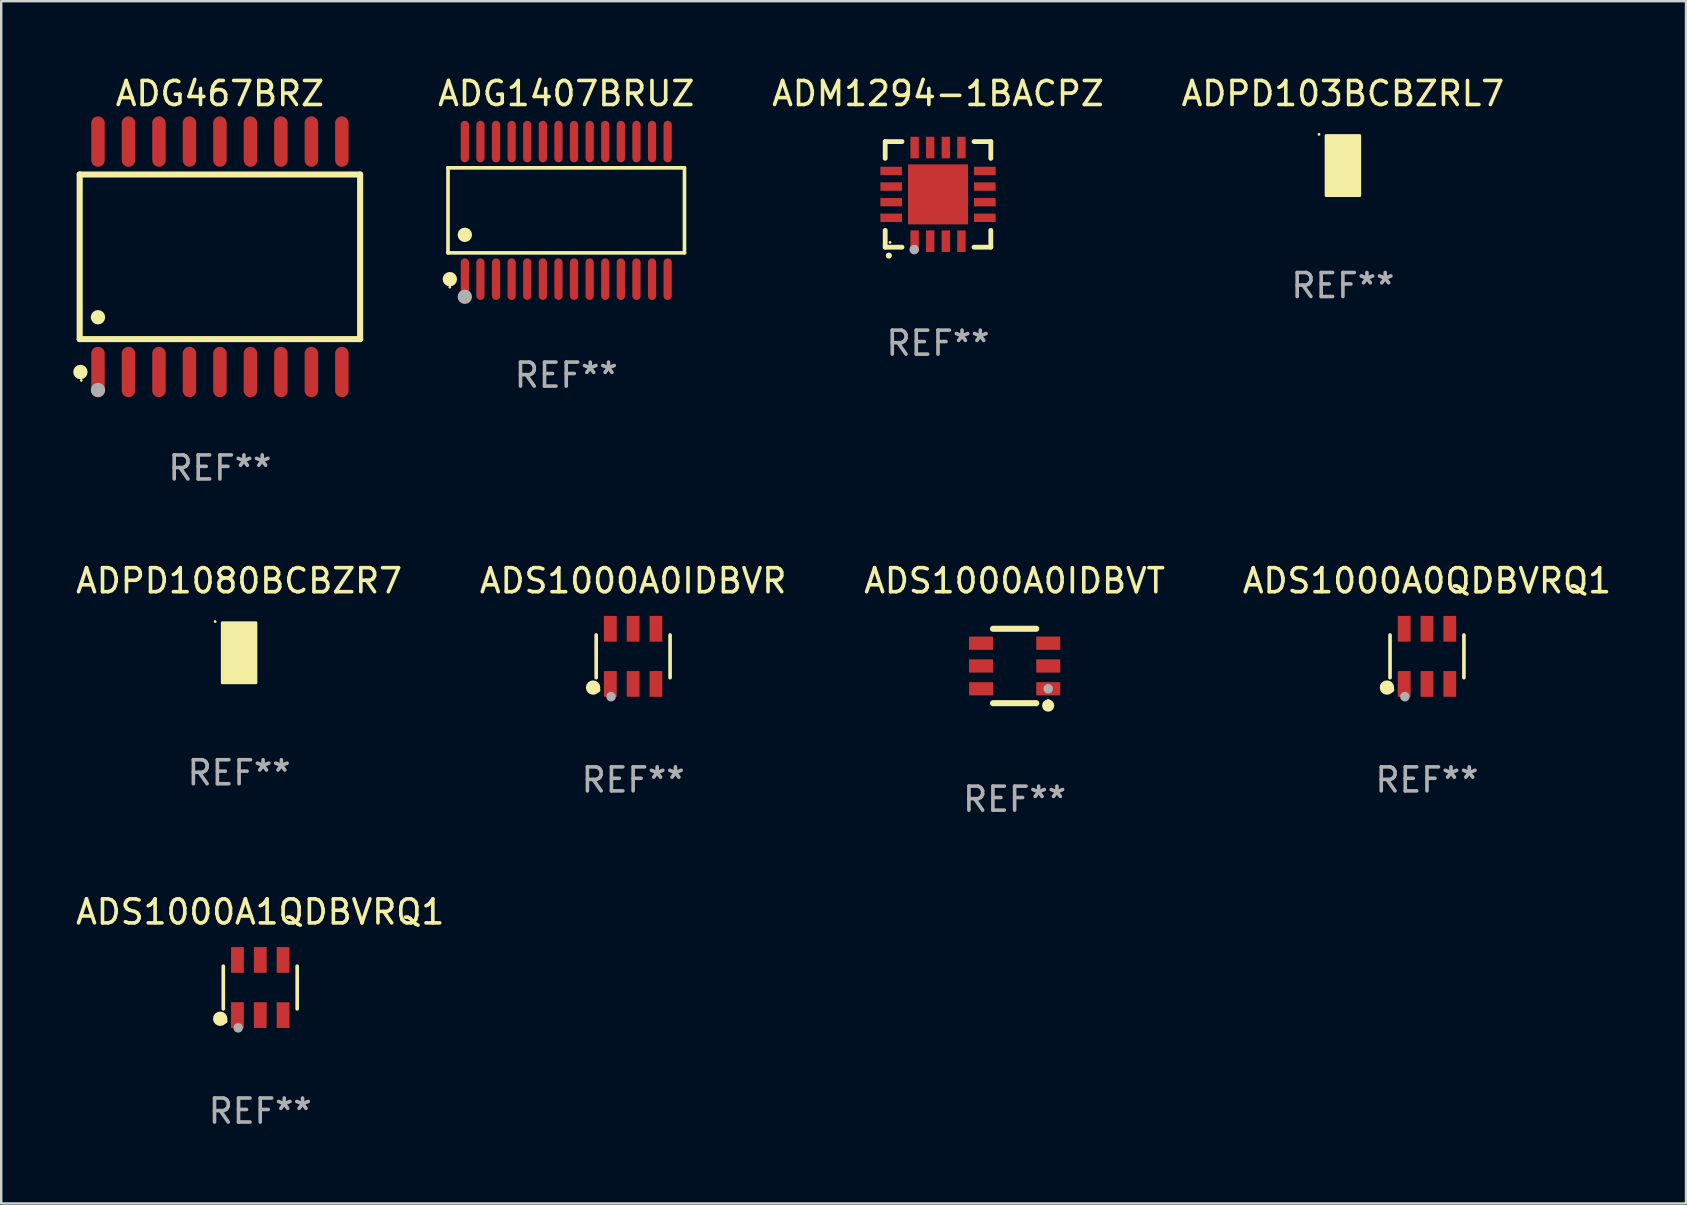
<source format=kicad_pcb>
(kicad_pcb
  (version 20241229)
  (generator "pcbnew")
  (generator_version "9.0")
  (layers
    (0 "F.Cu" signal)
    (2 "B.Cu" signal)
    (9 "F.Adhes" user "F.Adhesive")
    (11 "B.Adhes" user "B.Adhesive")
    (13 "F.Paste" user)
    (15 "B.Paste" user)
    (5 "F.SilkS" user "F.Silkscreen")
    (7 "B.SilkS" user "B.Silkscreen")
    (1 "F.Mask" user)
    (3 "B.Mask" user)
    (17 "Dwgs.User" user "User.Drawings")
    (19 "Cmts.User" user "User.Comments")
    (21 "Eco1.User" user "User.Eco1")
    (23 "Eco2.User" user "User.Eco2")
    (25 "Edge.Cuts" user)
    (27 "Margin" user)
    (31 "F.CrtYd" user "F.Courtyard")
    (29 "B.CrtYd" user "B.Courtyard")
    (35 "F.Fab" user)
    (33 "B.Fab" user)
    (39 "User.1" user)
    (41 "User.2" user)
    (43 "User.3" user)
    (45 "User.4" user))
  (footprint "ADS1000A0IDBVT"
    (layer "F.Cu")
    (at 39.22 24.695)
    (property "Reference" "ADS1000A0IDBVT" (at 0 -3.55 0) (layer "F.SilkS") (effects (font (size 1 1) (thickness 0.15))))
    (attr through_hole)
    (fp_line (start -0.9 -1.55) (end 0.9 -1.55) (stroke (width 0.254) (type solid)) (layer "F.SilkS"))
    (fp_line (start -0.9 1.55) (end 0.9 1.55) (stroke (width 0.254) (type solid)) (layer "F.SilkS"))
    (fp_circle (center 1.397 1.651) (end 1.524 1.651) (stroke (width 0.254) (type solid)) (fill no) (layer "F.SilkS"))
    (fp_circle (center 1.4 1.435) (end 1.43 1.435) (stroke (width 0.06) (type solid)) (fill no) (layer "F.SilkS"))
    (fp_circle (center 1.4 0.95) (end 1.5 0.95) (stroke (width 0.2) (type solid)) (fill no) (layer "F.Fab"))
    (fp_text user "REF**" (at 0 5.55 0) (layer "F.Fab") (effects (font (size 1 1) (thickness 0.15))))
    (pad "1" smd rect (at 1.4 0.95) (size 1 0.55) (layers "F.Cu" "F.Mask" "F.Paste"))
    (pad "2" smd rect (at 1.4 -0.000102) (size 1 0.55) (layers "F.Cu" "F.Mask" "F.Paste"))
    (pad "3" smd rect (at 1.4 -0.95) (size 1 0.55) (layers "F.Cu" "F.Mask" "F.Paste"))
    (pad "4" smd rect (at -1.4 -0.95) (size 1 0.55) (layers "F.Cu" "F.Mask" "F.Paste"))
    (pad "5" smd rect (at -1.4 -0.000102) (size 1 0.55) (layers "F.Cu" "F.Mask" "F.Paste"))
    (pad "6" smd rect (at -1.4 0.95) (size 1 0.55) (layers "F.Cu" "F.Mask" "F.Paste")))
  (footprint "ADG1407BRUZ"
    (layer "F.Cu")
    (at 20.54 5.714)
    (property "Reference" "ADG1407BRUZ" (at 0 -4.866 0) (layer "F.SilkS") (effects (font (size 1 1) (thickness 0.15))))
    (attr through_hole)
    (fp_line (start -4.926 -1.772) (end 4.926 -1.772) (stroke (width 0.152) (type solid)) (layer "F.SilkS"))
    (fp_line (start -4.926 1.771) (end -4.926 -1.772) (stroke (width 0.152) (type solid)) (layer "F.SilkS"))
    (fp_line (start 4.926 -1.772) (end 4.926 1.771) (stroke (width 0.152) (type solid)) (layer "F.SilkS"))
    (fp_line (start 4.926 1.771) (end -4.926 1.771) (stroke (width 0.152) (type solid)) (layer "F.SilkS"))
    (fp_circle (center -4.85 3.2) (end -4.82 3.2) (stroke (width 0.06) (type solid)) (fill no) (layer "F.SilkS"))
    (fp_circle (center -4.849 2.866) (end -4.699 2.866) (stroke (width 0.3) (type solid)) (fill no) (layer "F.SilkS"))
    (fp_circle (center -4.225 1.019) (end -4.075 1.019) (stroke (width 0.3) (type solid)) (fill no) (layer "F.SilkS"))
    (fp_circle (center -4.225 3.6) (end -4.075 3.6) (stroke (width 0.3) (type solid)) (fill no) (layer "F.Fab"))
    (fp_text user "REF**" (at 0 6.866 0) (layer "F.Fab") (effects (font (size 1 1) (thickness 0.15))))
    (pad "1" smd oval (at -4.225 2.866) (size 0.343 1.731) (layers "F.Cu" "F.Mask" "F.Paste"))
    (pad "2" smd oval (at -3.575 2.866) (size 0.343 1.731) (layers "F.Cu" "F.Mask" "F.Paste"))
    (pad "3" smd oval (at -2.925 2.866) (size 0.343 1.731) (layers "F.Cu" "F.Mask" "F.Paste"))
    (pad "4" smd oval (at -2.275 2.866) (size 0.343 1.731) (layers "F.Cu" "F.Mask" "F.Paste"))
    (pad "5" smd oval (at -1.625 2.866) (size 0.343 1.731) (layers "F.Cu" "F.Mask" "F.Paste"))
    (pad "6" smd oval (at -0.975 2.866) (size 0.343 1.731) (layers "F.Cu" "F.Mask" "F.Paste"))
    (pad "7" smd oval (at -0.325 2.866) (size 0.343 1.731) (layers "F.Cu" "F.Mask" "F.Paste"))
    (pad "8" smd oval (at 0.325 2.866) (size 0.343 1.731) (layers "F.Cu" "F.Mask" "F.Paste"))
    (pad "9" smd oval (at 0.975 2.866) (size 0.343 1.731) (layers "F.Cu" "F.Mask" "F.Paste"))
    (pad "10" smd oval (at 1.625 2.866) (size 0.343 1.731) (layers "F.Cu" "F.Mask" "F.Paste"))
    (pad "11" smd oval (at 2.275 2.866) (size 0.343 1.731) (layers "F.Cu" "F.Mask" "F.Paste"))
    (pad "12" smd oval (at 2.925 2.866) (size 0.343 1.731) (layers "F.Cu" "F.Mask" "F.Paste"))
    (pad "13" smd oval (at 3.575 2.866) (size 0.343 1.731) (layers "F.Cu" "F.Mask" "F.Paste"))
    (pad "14" smd oval (at 4.225 2.866) (size 0.343 1.731) (layers "F.Cu" "F.Mask" "F.Paste"))
    (pad "15" smd oval (at 4.225 -2.866) (size 0.343 1.731) (layers "F.Cu" "F.Mask" "F.Paste"))
    (pad "16" smd oval (at 3.575 -2.866) (size 0.343 1.731) (layers "F.Cu" "F.Mask" "F.Paste"))
    (pad "17" smd oval (at 2.925 -2.866) (size 0.343 1.731) (layers "F.Cu" "F.Mask" "F.Paste"))
    (pad "18" smd oval (at 2.275 -2.866) (size 0.343 1.731) (layers "F.Cu" "F.Mask" "F.Paste"))
    (pad "19" smd oval (at 1.625 -2.866) (size 0.343 1.731) (layers "F.Cu" "F.Mask" "F.Paste"))
    (pad "20" smd oval (at 0.975 -2.866) (size 0.343 1.731) (layers "F.Cu" "F.Mask" "F.Paste"))
    (pad "21" smd oval (at 0.325 -2.866) (size 0.343 1.731) (layers "F.Cu" "F.Mask" "F.Paste"))
    (pad "22" smd oval (at -0.325 -2.866) (size 0.343 1.731) (layers "F.Cu" "F.Mask" "F.Paste"))
    (pad "23" smd oval (at -0.975 -2.866) (size 0.343 1.731) (layers "F.Cu" "F.Mask" "F.Paste"))
    (pad "24" smd oval (at -1.625 -2.866) (size 0.343 1.731) (layers "F.Cu" "F.Mask" "F.Paste"))
    (pad "25" smd oval (at -2.275 -2.866) (size 0.343 1.731) (layers "F.Cu" "F.Mask" "F.Paste"))
    (pad "26" smd oval (at -2.925 -2.866) (size 0.343 1.731) (layers "F.Cu" "F.Mask" "F.Paste"))
    (pad "27" smd oval (at -3.575 -2.866) (size 0.343 1.731) (layers "F.Cu" "F.Mask" "F.Paste"))
    (pad "28" smd oval (at -4.225 -2.866) (size 0.343 1.731) (layers "F.Cu" "F.Mask" "F.Paste")))
  (footprint "ADS1000A0QDBVRQ1"
    (layer "F.Cu")
    (at 56.399 24.294)
    (property "Reference" "ADS1000A0QDBVRQ1" (at 0 -3.149 0) (layer "F.SilkS") (effects (font (size 1 1) (thickness 0.15))))
    (attr through_hole)
    (fp_line (start -1.539 0.889) (end -1.539 -0.889) (stroke (width 0.152) (type solid)) (layer "F.SilkS"))
    (fp_line (start 1.539 0.889) (end 1.539 -0.889) (stroke (width 0.152) (type solid)) (layer "F.SilkS"))
    (fp_circle (center -1.668 1.301) (end -1.518 1.301) (stroke (width 0.3) (type solid)) (fill no) (layer "F.SilkS"))
    (fp_circle (center -1.463 1.4) (end -1.413 1.4) (stroke (width 0.1) (type solid)) (fill no) (layer "F.SilkS"))
    (fp_circle (center -0.92 1.68) (end -0.82 1.68) (stroke (width 0.2) (type solid)) (fill no) (layer "F.Fab"))
    (fp_text user "REF**" (at 0 5.149 0) (layer "F.Fab") (effects (font (size 1 1) (thickness 0.15))))
    (pad "1" smd rect (at -0.95 1.149) (size 0.532 1.072) (layers "F.Cu" "F.Mask" "F.Paste"))
    (pad "2" smd rect (at 0 1.149) (size 0.532 1.072) (layers "F.Cu" "F.Mask" "F.Paste"))
    (pad "3" smd rect (at 0.95 1.149) (size 0.532 1.072) (layers "F.Cu" "F.Mask" "F.Paste"))
    (pad "4" smd rect (at 0.95 -1.149) (size 0.532 1.072) (layers "F.Cu" "F.Mask" "F.Paste"))
    (pad "5" smd rect (at 0 -1.149) (size 0.532 1.072) (layers "F.Cu" "F.Mask" "F.Paste"))
    (pad "6" smd rect (at -0.95 -1.149) (size 0.532 1.072) (layers "F.Cu" "F.Mask" "F.Paste")))
  (footprint "ADM1294-1BACPZ"
    (layer "F.Cu")
    (at 36.028 5.048)
    (property "Reference" "ADM1294-1BACPZ" (at 0 -4.2 0) (layer "F.SilkS") (effects (font (size 1 1) (thickness 0.15))))
    (attr through_hole)
    (fp_line (start -2.2 -2.2) (end -1.5 -2.2) (stroke (width 0.2) (type solid)) (layer "F.SilkS"))
    (fp_line (start -2.2 -1.5) (end -2.2 -2.2) (stroke (width 0.2) (type solid)) (layer "F.SilkS"))
    (fp_line (start -2.2 2.2) (end -2.2 1.5) (stroke (width 0.2) (type solid)) (layer "F.SilkS"))
    (fp_line (start -1.5 2.2) (end -2.2 2.2) (stroke (width 0.2) (type solid)) (layer "F.SilkS"))
    (fp_line (start 1.5 2.2) (end 2.2 2.2) (stroke (width 0.2) (type solid)) (layer "F.SilkS"))
    (fp_line (start 2.2 -2.2) (end 1.5 -2.2) (stroke (width 0.2) (type solid)) (layer "F.SilkS"))
    (fp_line (start 2.2 -1.5) (end 2.2 -2.2) (stroke (width 0.2) (type solid)) (layer "F.SilkS"))
    (fp_line (start 2.2 2.2) (end 2.2 1.5) (stroke (width 0.2) (type solid)) (layer "F.SilkS"))
    (fp_arc (start -2.049784 2.550165) (mid -2.048514 2.550159) (end -2.047244 2.550165) (stroke (width 0.25) (type solid)) (layer "F.SilkS"))
    (fp_circle (center -2 2) (end -1.97 2) (stroke (width 0.06) (type solid)) (fill no) (layer "F.SilkS"))
    (fp_circle (center -0.99 2.3) (end -0.89 2.3) (stroke (width 0.2) (type solid)) (fill no) (layer "F.Fab"))
    (fp_text user "REF**" (at 0 6.2 0) (layer "F.Fab") (effects (font (size 1 1) (thickness 0.15))))
    (pad "1" smd rect (at -0.975 1.95 180) (size 0.35 0.9) (layers "F.Cu" "F.Mask" "F.Paste"))
    (pad "2" smd rect (at -0.325 1.95 180) (size 0.35 0.9) (layers "F.Cu" "F.Mask" "F.Paste"))
    (pad "3" smd rect (at 0.325 1.95 180) (size 0.35 0.9) (layers "F.Cu" "F.Mask" "F.Paste"))
    (pad "4" smd rect (at 0.975 1.95 180) (size 0.35 0.9) (layers "F.Cu" "F.Mask" "F.Paste"))
    (pad "5" smd rect (at 1.95 0.975 90) (size 0.35 0.9) (layers "F.Cu" "F.Mask" "F.Paste"))
    (pad "6" smd rect (at 1.95 0.325 90) (size 0.35 0.9) (layers "F.Cu" "F.Mask" "F.Paste"))
    (pad "7" smd rect (at 1.95 -0.325 90) (size 0.35 0.9) (layers "F.Cu" "F.Mask" "F.Paste"))
    (pad "8" smd rect (at 1.95 -0.975 90) (size 0.35 0.9) (layers "F.Cu" "F.Mask" "F.Paste"))
    (pad "9" smd rect (at 0.975 -1.95 180) (size 0.35 0.9) (layers "F.Cu" "F.Mask" "F.Paste"))
    (pad "10" smd rect (at 0.325 -1.95 180) (size 0.35 0.9) (layers "F.Cu" "F.Mask" "F.Paste"))
    (pad "11" smd rect (at -0.325 -1.95 180) (size 0.35 0.9) (layers "F.Cu" "F.Mask" "F.Paste"))
    (pad "12" smd rect (at -0.975 -1.95 180) (size 0.35 0.9) (layers "F.Cu" "F.Mask" "F.Paste"))
    (pad "13" smd rect (at -1.95 -0.975 90) (size 0.35 0.9) (layers "F.Cu" "F.Mask" "F.Paste"))
    (pad "14" smd rect (at -1.95 -0.325 90) (size 0.35 0.9) (layers "F.Cu" "F.Mask" "F.Paste"))
    (pad "15" smd rect (at -1.95 0.325 90) (size 0.35 0.9) (layers "F.Cu" "F.Mask" "F.Paste"))
    (pad "16" smd rect (at -1.95 0.975 90) (size 0.35 0.9) (layers "F.Cu" "F.Mask" "F.Paste"))
    (pad "17" smd rect (at 0.000051 0.000051 90) (size 2.5 2.5) (layers "F.Cu" "F.Mask" "F.Paste")))
  (footprint "ADPD1080BCBZR7"
    (layer "F.Cu")
    (at 6.911 24.145)
    (property "Reference" "ADPD1080BCBZR7" (at 0 -3 0) (layer "F.SilkS") (effects (font (size 1 1) (thickness 0.15))))
    (attr through_hole)
    (fp_circle (center -0.997 -1.3) (end -0.967 -1.3) (stroke (width 0.06) (type solid)) (fill no) (layer "F.SilkS"))
    (fp_poly (pts (xy -0.7 -1.25) (xy 0.7 -1.25) (xy 0.7 1.25) (xy -0.7 1.25)) (stroke (width 0.12) (type solid)) (fill yes) (layer "F.SilkS"))
    (fp_text user "REF**" (at 0 5 0) (layer "F.Fab") (effects (font (size 1 1) (thickness 0.15))))
    (pad "A1" smd circle (at -0.4 -1) (size 0.26 0.26) (layers "F.Cu" "F.Mask" "F.Paste"))
    (pad "A2" smd circle (at 0 -1) (size 0.26 0.26) (layers "F.Cu" "F.Mask" "F.Paste"))
    (pad "B1" smd circle (at -0.4 -0.6) (size 0.26 0.26) (layers "F.Cu" "F.Mask" "F.Paste"))
    (pad "B2" smd circle (at 0 -0.6) (size 0.26 0.26) (layers "F.Cu" "F.Mask" "F.Paste"))
    (pad "B3" smd circle (at 0.4 -0.6) (size 0.26 0.26) (layers "F.Cu" "F.Mask" "F.Paste"))
    (pad "C1" smd circle (at -0.4 -0.2) (size 0.26 0.26) (layers "F.Cu" "F.Mask" "F.Paste"))
    (pad "C2" smd circle (at 0 -0.2) (size 0.26 0.26) (layers "F.Cu" "F.Mask" "F.Paste"))
    (pad "C3" smd circle (at 0.4 -0.2) (size 0.26 0.26) (layers "F.Cu" "F.Mask" "F.Paste"))
    (pad "D2" smd circle (at 0 0.2) (size 0.26 0.26) (layers "F.Cu" "F.Mask" "F.Paste"))
    (pad "D3" smd circle (at 0.4 0.2) (size 0.26 0.26) (layers "F.Cu" "F.Mask" "F.Paste"))
    (pad "E1" smd circle (at -0.4 0.6) (size 0.26 0.26) (layers "F.Cu" "F.Mask" "F.Paste"))
    (pad "E2" smd circle (at 0 0.6) (size 0.26 0.26) (layers "F.Cu" "F.Mask" "F.Paste"))
    (pad "E3" smd circle (at 0.4 0.6) (size 0.26 0.26) (layers "F.Cu" "F.Mask" "F.Paste"))
    (pad "F1" smd circle (at -0.4 1) (size 0.26 0.26) (layers "F.Cu" "F.Mask" "F.Paste"))
    (pad "F2" smd circle (at 0 1) (size 0.26 0.26) (layers "F.Cu" "F.Mask" "F.Paste"))
    (pad "F3" smd circle (at 0.4 1) (size 0.26 0.26) (layers "F.Cu" "F.Mask" "F.Paste")))
  (footprint "ADS1000A0IDBVR"
    (layer "F.Cu")
    (at 23.327 24.294)
    (property "Reference" "ADS1000A0IDBVR" (at 0 -3.149 0) (layer "F.SilkS") (effects (font (size 1 1) (thickness 0.15))))
    (attr through_hole)
    (fp_line (start -1.539 0.889) (end -1.539 -0.889) (stroke (width 0.152) (type solid)) (layer "F.SilkS"))
    (fp_line (start 1.539 0.889) (end 1.539 -0.889) (stroke (width 0.152) (type solid)) (layer "F.SilkS"))
    (fp_circle (center -1.668 1.301) (end -1.518 1.301) (stroke (width 0.3) (type solid)) (fill no) (layer "F.SilkS"))
    (fp_circle (center -1.463 1.4) (end -1.413 1.4) (stroke (width 0.1) (type solid)) (fill no) (layer "F.SilkS"))
    (fp_circle (center -0.92 1.68) (end -0.82 1.68) (stroke (width 0.2) (type solid)) (fill no) (layer "F.Fab"))
    (fp_text user "REF**" (at 0 5.149 0) (layer "F.Fab") (effects (font (size 1 1) (thickness 0.15))))
    (pad "1" smd rect (at -0.95 1.149) (size 0.532 1.072) (layers "F.Cu" "F.Mask" "F.Paste"))
    (pad "2" smd rect (at 0 1.149) (size 0.532 1.072) (layers "F.Cu" "F.Mask" "F.Paste"))
    (pad "3" smd rect (at 0.95 1.149) (size 0.532 1.072) (layers "F.Cu" "F.Mask" "F.Paste"))
    (pad "4" smd rect (at 0.95 -1.149) (size 0.532 1.072) (layers "F.Cu" "F.Mask" "F.Paste"))
    (pad "5" smd rect (at 0 -1.149) (size 0.532 1.072) (layers "F.Cu" "F.Mask" "F.Paste"))
    (pad "6" smd rect (at -0.95 -1.149) (size 0.532 1.072) (layers "F.Cu" "F.Mask" "F.Paste")))
  (footprint "ADPD103BCBZRL7"
    (layer "F.Cu")
    (at 52.897 3.848)
    (property "Reference" "ADPD103BCBZRL7" (at 0 -3 0) (layer "F.SilkS") (effects (font (size 1 1) (thickness 0.15))))
    (attr through_hole)
    (fp_circle (center -0.997 -1.3) (end -0.967 -1.3) (stroke (width 0.06) (type solid)) (fill no) (layer "F.SilkS"))
    (fp_poly (pts (xy -0.7 -1.25) (xy 0.7 -1.25) (xy 0.7 1.25) (xy -0.7 1.25)) (stroke (width 0.12) (type solid)) (fill yes) (layer "F.SilkS"))
    (fp_text user "REF**" (at 0 5 0) (layer "F.Fab") (effects (font (size 1 1) (thickness 0.15))))
    (pad "A1" smd circle (at -0.4 -1) (size 0.26 0.26) (layers "F.Cu" "F.Mask" "F.Paste"))
    (pad "A2" smd circle (at 0 -1) (size 0.26 0.26) (layers "F.Cu" "F.Mask" "F.Paste"))
    (pad "B1" smd circle (at -0.4 -0.6) (size 0.26 0.26) (layers "F.Cu" "F.Mask" "F.Paste"))
    (pad "B2" smd circle (at 0 -0.6) (size 0.26 0.26) (layers "F.Cu" "F.Mask" "F.Paste"))
    (pad "B3" smd circle (at 0.4 -0.6) (size 0.26 0.26) (layers "F.Cu" "F.Mask" "F.Paste"))
    (pad "C1" smd circle (at -0.4 -0.2) (size 0.26 0.26) (layers "F.Cu" "F.Mask" "F.Paste"))
    (pad "C2" smd circle (at 0 -0.2) (size 0.26 0.26) (layers "F.Cu" "F.Mask" "F.Paste"))
    (pad "C3" smd circle (at 0.4 -0.2) (size 0.26 0.26) (layers "F.Cu" "F.Mask" "F.Paste"))
    (pad "D2" smd circle (at 0 0.2) (size 0.26 0.26) (layers "F.Cu" "F.Mask" "F.Paste"))
    (pad "D3" smd circle (at 0.4 0.2) (size 0.26 0.26) (layers "F.Cu" "F.Mask" "F.Paste"))
    (pad "E1" smd circle (at -0.4 0.6) (size 0.26 0.26) (layers "F.Cu" "F.Mask" "F.Paste"))
    (pad "E2" smd circle (at 0 0.6) (size 0.26 0.26) (layers "F.Cu" "F.Mask" "F.Paste"))
    (pad "E3" smd circle (at 0.4 0.6) (size 0.26 0.26) (layers "F.Cu" "F.Mask" "F.Paste"))
    (pad "F1" smd circle (at -0.4 1) (size 0.26 0.26) (layers "F.Cu" "F.Mask" "F.Paste"))
    (pad "F2" smd circle (at 0 1) (size 0.26 0.26) (layers "F.Cu" "F.Mask" "F.Paste"))
    (pad "F3" smd circle (at 0.4 1) (size 0.26 0.26) (layers "F.Cu" "F.Mask" "F.Paste")))
  (footprint "ADG467BRZ"
    (layer "F.Cu")
    (at 6.112 7.648)
    (property "Reference" "ADG467BRZ" (at 0 -6.8 0) (layer "F.SilkS") (effects (font (size 1 1) (thickness 0.15))))
    (attr through_hole)
    (fp_line (start -5.842 -3.429) (end -5.842 3.429) (stroke (width 0.254) (type solid)) (layer "F.SilkS"))
    (fp_line (start -5.842 3.429) (end 5.842 3.429) (stroke (width 0.254) (type solid)) (layer "F.SilkS"))
    (fp_line (start 5.842 -3.429) (end -5.842 -3.429) (stroke (width 0.254) (type solid)) (layer "F.SilkS"))
    (fp_line (start 5.842 3.429) (end 5.842 -3.429) (stroke (width 0.254) (type solid)) (layer "F.SilkS"))
    (fp_circle (center -5.812 4.8) (end -5.662 4.8) (stroke (width 0.3) (type solid)) (fill no) (layer "F.SilkS"))
    (fp_circle (center -5.775 5.15) (end -5.745 5.15) (stroke (width 0.06) (type solid)) (fill no) (layer "F.SilkS"))
    (fp_circle (center -5.08 2.519) (end -4.93 2.519) (stroke (width 0.3) (type solid)) (fill no) (layer "F.SilkS"))
    (fp_circle (center -5.08 5.55) (end -4.93 5.55) (stroke (width 0.3) (type solid)) (fill no) (layer "F.Fab"))
    (fp_text user "REF**" (at 0 8.8 0) (layer "F.Fab") (effects (font (size 1 1) (thickness 0.15))))
    (pad "1" smd oval (at -5.08 4.8) (size 0.56 2.1) (layers "F.Cu" "F.Mask" "F.Paste"))
    (pad "2" smd oval (at -3.81 4.8) (size 0.56 2.1) (layers "F.Cu" "F.Mask" "F.Paste"))
    (pad "3" smd oval (at -2.54 4.8) (size 0.56 2.1) (layers "F.Cu" "F.Mask" "F.Paste"))
    (pad "4" smd oval (at -1.27 4.8) (size 0.56 2.1) (layers "F.Cu" "F.Mask" "F.Paste"))
    (pad "5" smd oval (at 0 4.8) (size 0.56 2.1) (layers "F.Cu" "F.Mask" "F.Paste"))
    (pad "6" smd oval (at 1.27 4.8) (size 0.56 2.1) (layers "F.Cu" "F.Mask" "F.Paste"))
    (pad "7" smd oval (at 2.54 4.8) (size 0.56 2.1) (layers "F.Cu" "F.Mask" "F.Paste"))
    (pad "8" smd oval (at 3.81 4.8) (size 0.56 2.1) (layers "F.Cu" "F.Mask" "F.Paste"))
    (pad "9" smd oval (at 5.08 4.8) (size 0.56 2.1) (layers "F.Cu" "F.Mask" "F.Paste"))
    (pad "10" smd oval (at 5.08 -4.8) (size 0.56 2.1) (layers "F.Cu" "F.Mask" "F.Paste"))
    (pad "11" smd oval (at 3.81 -4.8) (size 0.56 2.1) (layers "F.Cu" "F.Mask" "F.Paste"))
    (pad "12" smd oval (at 2.54 -4.8) (size 0.56 2.1) (layers "F.Cu" "F.Mask" "F.Paste"))
    (pad "13" smd oval (at 1.27 -4.8) (size 0.56 2.1) (layers "F.Cu" "F.Mask" "F.Paste"))
    (pad "14" smd oval (at 0 -4.8) (size 0.56 2.1) (layers "F.Cu" "F.Mask" "F.Paste"))
    (pad "15" smd oval (at -1.27 -4.8) (size 0.56 2.1) (layers "F.Cu" "F.Mask" "F.Paste"))
    (pad "16" smd oval (at -2.54 -4.8) (size 0.56 2.1) (layers "F.Cu" "F.Mask" "F.Paste"))
    (pad "17" smd oval (at -3.81 -4.8) (size 0.56 2.1) (layers "F.Cu" "F.Mask" "F.Paste"))
    (pad "18" smd oval (at -5.08 -4.8) (size 0.56 2.1) (layers "F.Cu" "F.Mask" "F.Paste")))
  (footprint "ADS1000A1QDBVRQ1"
    (layer "F.Cu")
    (at 7.792 38.091)
    (property "Reference" "ADS1000A1QDBVRQ1" (at 0 -3.149 0) (layer "F.SilkS") (effects (font (size 1 1) (thickness 0.15))))
    (attr through_hole)
    (fp_line (start -1.539 0.889) (end -1.539 -0.889) (stroke (width 0.152) (type solid)) (layer "F.SilkS"))
    (fp_line (start 1.539 0.889) (end 1.539 -0.889) (stroke (width 0.152) (type solid)) (layer "F.SilkS"))
    (fp_circle (center -1.668 1.301) (end -1.518 1.301) (stroke (width 0.3) (type solid)) (fill no) (layer "F.SilkS"))
    (fp_circle (center -1.463 1.4) (end -1.413 1.4) (stroke (width 0.1) (type solid)) (fill no) (layer "F.SilkS"))
    (fp_circle (center -0.92 1.68) (end -0.82 1.68) (stroke (width 0.2) (type solid)) (fill no) (layer "F.Fab"))
    (fp_text user "REF**" (at 0 5.149 0) (layer "F.Fab") (effects (font (size 1 1) (thickness 0.15))))
    (pad "1" smd rect (at -0.95 1.149) (size 0.532 1.072) (layers "F.Cu" "F.Mask" "F.Paste"))
    (pad "2" smd rect (at 0 1.149) (size 0.532 1.072) (layers "F.Cu" "F.Mask" "F.Paste"))
    (pad "3" smd rect (at 0.95 1.149) (size 0.532 1.072) (layers "F.Cu" "F.Mask" "F.Paste"))
    (pad "4" smd rect (at 0.95 -1.149) (size 0.532 1.072) (layers "F.Cu" "F.Mask" "F.Paste"))
    (pad "5" smd rect (at 0 -1.149) (size 0.532 1.072) (layers "F.Cu" "F.Mask" "F.Paste"))
    (pad "6" smd rect (at -0.95 -1.149) (size 0.532 1.072) (layers "F.Cu" "F.Mask" "F.Paste")))
  (gr_rect
    (start -3 -3)
    (end 67.19 47.088)
    (stroke (width 0.1) (type default))
    (fill no)
    (layer "Edge.Cuts")))
</source>
